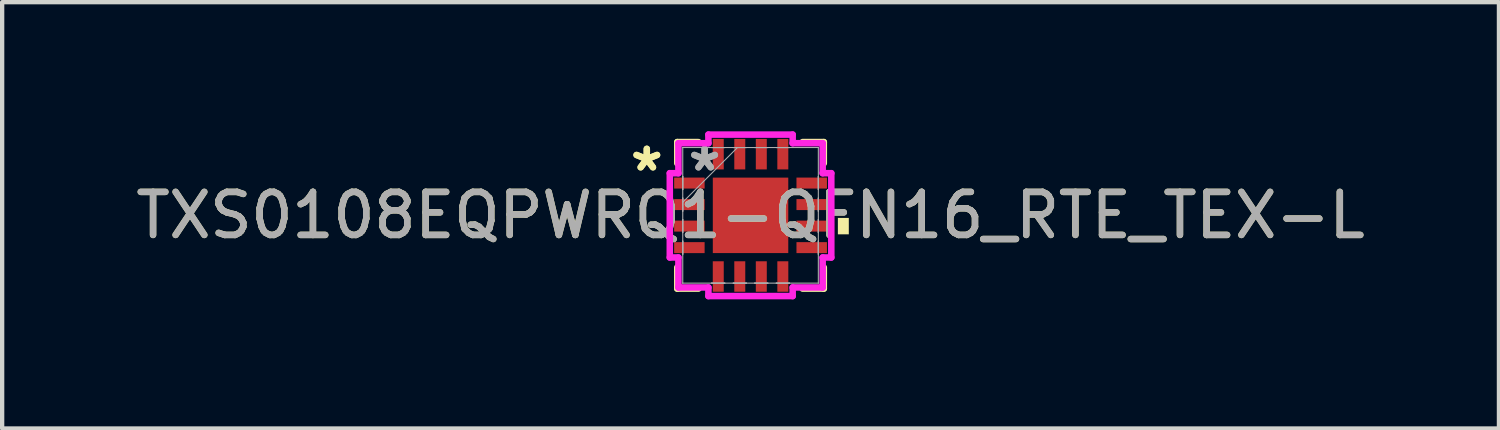
<source format=kicad_pcb>
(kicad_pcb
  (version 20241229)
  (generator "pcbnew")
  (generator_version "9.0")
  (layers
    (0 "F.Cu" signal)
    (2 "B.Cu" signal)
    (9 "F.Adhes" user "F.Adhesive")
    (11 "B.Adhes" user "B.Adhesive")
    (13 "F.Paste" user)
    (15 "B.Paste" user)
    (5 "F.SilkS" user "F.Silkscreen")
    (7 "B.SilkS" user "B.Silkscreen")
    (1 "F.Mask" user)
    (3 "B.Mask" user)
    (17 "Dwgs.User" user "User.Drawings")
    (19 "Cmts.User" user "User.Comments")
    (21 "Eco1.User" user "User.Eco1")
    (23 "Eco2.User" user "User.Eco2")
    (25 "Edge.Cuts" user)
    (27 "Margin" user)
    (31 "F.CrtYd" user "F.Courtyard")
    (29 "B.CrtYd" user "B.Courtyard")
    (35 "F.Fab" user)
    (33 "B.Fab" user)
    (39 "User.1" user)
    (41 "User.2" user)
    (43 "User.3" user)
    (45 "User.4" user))
  (footprint "TXS0108EQPWRQ1-QFN16_RTE_TEX-L"
    (layer "F.Cu")
    (at 14.387 1.953)
    (property "Reference" "TXS0108EQPWRQ1-QFN16_RTE_TEX-L" (at 0 0 0) (unlocked yes) (layer "F.SilkS") (effects (font (size 1 1) (thickness 0.15))))
    (attr smd)
    (fp_line (start -1.702 -1.702) (end -1.702 -1.21) (stroke (width 0.152) (type solid)) (layer "F.SilkS"))
    (fp_line (start -1.702 1.21) (end -1.702 1.702) (stroke (width 0.152) (type solid)) (layer "F.SilkS"))
    (fp_line (start -1.702 1.702) (end -1.21 1.702) (stroke (width 0.152) (type solid)) (layer "F.SilkS"))
    (fp_line (start -1.21 -1.702) (end -1.702 -1.702) (stroke (width 0.152) (type solid)) (layer "F.SilkS"))
    (fp_line (start 1.21 1.702) (end 1.702 1.702) (stroke (width 0.152) (type solid)) (layer "F.SilkS"))
    (fp_line (start 1.702 -1.702) (end 1.21 -1.702) (stroke (width 0.152) (type solid)) (layer "F.SilkS"))
    (fp_line (start 1.702 -1.21) (end 1.702 -1.702) (stroke (width 0.152) (type solid)) (layer "F.SilkS"))
    (fp_line (start 1.702 1.702) (end 1.702 1.21) (stroke (width 0.152) (type solid)) (layer "F.SilkS"))
    (fp_poly (pts (xy 2.283 0.06) (xy 2.283 0.441) (xy 2.029 0.441) (xy 2.029 0.06)) (stroke (width 0) (type solid)) (fill yes) (layer "F.SilkS"))
    (fp_line (start -1.876 -0.979) (end -1.676 -0.979) (stroke (width 0.152) (type solid)) (layer "F.CrtYd"))
    (fp_line (start -1.876 0.979) (end -1.876 -0.979) (stroke (width 0.152) (type solid)) (layer "F.CrtYd"))
    (fp_line (start -1.676 -1.676) (end -0.979 -1.676) (stroke (width 0.152) (type solid)) (layer "F.CrtYd"))
    (fp_line (start -1.676 -0.979) (end -1.676 -1.676) (stroke (width 0.152) (type solid)) (layer "F.CrtYd"))
    (fp_line (start -1.676 0.979) (end -1.876 0.979) (stroke (width 0.152) (type solid)) (layer "F.CrtYd"))
    (fp_line (start -1.676 1.676) (end -1.676 0.979) (stroke (width 0.152) (type solid)) (layer "F.CrtYd"))
    (fp_line (start -0.979 -1.876) (end 0.979 -1.876) (stroke (width 0.152) (type solid)) (layer "F.CrtYd"))
    (fp_line (start -0.979 -1.676) (end -0.979 -1.876) (stroke (width 0.152) (type solid)) (layer "F.CrtYd"))
    (fp_line (start -0.979 1.676) (end -1.676 1.676) (stroke (width 0.152) (type solid)) (layer "F.CrtYd"))
    (fp_line (start -0.979 1.876) (end -0.979 1.676) (stroke (width 0.152) (type solid)) (layer "F.CrtYd"))
    (fp_line (start 0.979 -1.876) (end 0.979 -1.676) (stroke (width 0.152) (type solid)) (layer "F.CrtYd"))
    (fp_line (start 0.979 -1.676) (end 1.676 -1.676) (stroke (width 0.152) (type solid)) (layer "F.CrtYd"))
    (fp_line (start 0.979 1.676) (end 0.979 1.876) (stroke (width 0.152) (type solid)) (layer "F.CrtYd"))
    (fp_line (start 0.979 1.876) (end -0.979 1.876) (stroke (width 0.152) (type solid)) (layer "F.CrtYd"))
    (fp_line (start 1.676 -1.676) (end 1.676 -0.979) (stroke (width 0.152) (type solid)) (layer "F.CrtYd"))
    (fp_line (start 1.676 -0.979) (end 1.876 -0.979) (stroke (width 0.152) (type solid)) (layer "F.CrtYd"))
    (fp_line (start 1.676 0.979) (end 1.676 1.676) (stroke (width 0.152) (type solid)) (layer "F.CrtYd"))
    (fp_line (start 1.676 1.676) (end 0.979 1.676) (stroke (width 0.152) (type solid)) (layer "F.CrtYd"))
    (fp_line (start 1.876 -0.979) (end 1.876 0.979) (stroke (width 0.152) (type solid)) (layer "F.CrtYd"))
    (fp_line (start 1.876 0.979) (end 1.676 0.979) (stroke (width 0.152) (type solid)) (layer "F.CrtYd"))
    (fp_line (start -1.575 -1.575) (end -1.575 -1.575) (stroke (width 0.025) (type solid)) (layer "F.Fab"))
    (fp_line (start -1.575 -1.575) (end -1.575 1.575) (stroke (width 0.025) (type solid)) (layer "F.Fab"))
    (fp_line (start -1.575 -0.903) (end -1.575 -0.903) (stroke (width 0.025) (type solid)) (layer "F.Fab"))
    (fp_line (start -1.575 -0.903) (end -1.575 -0.598) (stroke (width 0.025) (type solid)) (layer "F.Fab"))
    (fp_line (start -1.575 -0.598) (end -1.575 -0.903) (stroke (width 0.025) (type solid)) (layer "F.Fab"))
    (fp_line (start -1.575 -0.598) (end -1.575 -0.598) (stroke (width 0.025) (type solid)) (layer "F.Fab"))
    (fp_line (start -1.575 -0.402) (end -1.575 -0.402) (stroke (width 0.025) (type solid)) (layer "F.Fab"))
    (fp_line (start -1.575 -0.402) (end -1.575 -0.098) (stroke (width 0.025) (type solid)) (layer "F.Fab"))
    (fp_line (start -1.575 -0.305) (end -0.305 -1.575) (stroke (width 0.025) (type solid)) (layer "F.Fab"))
    (fp_line (start -1.575 -0.098) (end -1.575 -0.402) (stroke (width 0.025) (type solid)) (layer "F.Fab"))
    (fp_line (start -1.575 -0.098) (end -1.575 -0.098) (stroke (width 0.025) (type solid)) (layer "F.Fab"))
    (fp_line (start -1.575 0.098) (end -1.575 0.098) (stroke (width 0.025) (type solid)) (layer "F.Fab"))
    (fp_line (start -1.575 0.098) (end -1.575 0.402) (stroke (width 0.025) (type solid)) (layer "F.Fab"))
    (fp_line (start -1.575 0.402) (end -1.575 0.098) (stroke (width 0.025) (type solid)) (layer "F.Fab"))
    (fp_line (start -1.575 0.402) (end -1.575 0.402) (stroke (width 0.025) (type solid)) (layer "F.Fab"))
    (fp_line (start -1.575 0.598) (end -1.575 0.598) (stroke (width 0.025) (type solid)) (layer "F.Fab"))
    (fp_line (start -1.575 0.598) (end -1.575 0.903) (stroke (width 0.025) (type solid)) (layer "F.Fab"))
    (fp_line (start -1.575 0.903) (end -1.575 0.598) (stroke (width 0.025) (type solid)) (layer "F.Fab"))
    (fp_line (start -1.575 0.903) (end -1.575 0.903) (stroke (width 0.025) (type solid)) (layer "F.Fab"))
    (fp_line (start -1.575 1.575) (end -1.575 1.575) (stroke (width 0.025) (type solid)) (layer "F.Fab"))
    (fp_line (start -1.575 1.575) (end 1.575 1.575) (stroke (width 0.025) (type solid)) (layer "F.Fab"))
    (fp_line (start -0.903 -1.575) (end -0.903 -1.575) (stroke (width 0.025) (type solid)) (layer "F.Fab"))
    (fp_line (start -0.903 -1.575) (end -0.598 -1.575) (stroke (width 0.025) (type solid)) (layer "F.Fab"))
    (fp_line (start -0.903 1.575) (end -0.903 1.575) (stroke (width 0.025) (type solid)) (layer "F.Fab"))
    (fp_line (start -0.903 1.575) (end -0.598 1.575) (stroke (width 0.025) (type solid)) (layer "F.Fab"))
    (fp_line (start -0.598 -1.575) (end -0.903 -1.575) (stroke (width 0.025) (type solid)) (layer "F.Fab"))
    (fp_line (start -0.598 -1.575) (end -0.598 -1.575) (stroke (width 0.025) (type solid)) (layer "F.Fab"))
    (fp_line (start -0.598 1.575) (end -0.903 1.575) (stroke (width 0.025) (type solid)) (layer "F.Fab"))
    (fp_line (start -0.598 1.575) (end -0.598 1.575) (stroke (width 0.025) (type solid)) (layer "F.Fab"))
    (fp_line (start -0.402 -1.575) (end -0.402 -1.575) (stroke (width 0.025) (type solid)) (layer "F.Fab"))
    (fp_line (start -0.402 -1.575) (end -0.098 -1.575) (stroke (width 0.025) (type solid)) (layer "F.Fab"))
    (fp_line (start -0.402 1.575) (end -0.402 1.575) (stroke (width 0.025) (type solid)) (layer "F.Fab"))
    (fp_line (start -0.402 1.575) (end -0.098 1.575) (stroke (width 0.025) (type solid)) (layer "F.Fab"))
    (fp_line (start -0.098 -1.575) (end -0.402 -1.575) (stroke (width 0.025) (type solid)) (layer "F.Fab"))
    (fp_line (start -0.098 -1.575) (end -0.098 -1.575) (stroke (width 0.025) (type solid)) (layer "F.Fab"))
    (fp_line (start -0.098 1.575) (end -0.402 1.575) (stroke (width 0.025) (type solid)) (layer "F.Fab"))
    (fp_line (start -0.098 1.575) (end -0.098 1.575) (stroke (width 0.025) (type solid)) (layer "F.Fab"))
    (fp_line (start 0.098 -1.575) (end 0.098 -1.575) (stroke (width 0.025) (type solid)) (layer "F.Fab"))
    (fp_line (start 0.098 -1.575) (end 0.402 -1.575) (stroke (width 0.025) (type solid)) (layer "F.Fab"))
    (fp_line (start 0.098 1.575) (end 0.098 1.575) (stroke (width 0.025) (type solid)) (layer "F.Fab"))
    (fp_line (start 0.098 1.575) (end 0.402 1.575) (stroke (width 0.025) (type solid)) (layer "F.Fab"))
    (fp_line (start 0.402 -1.575) (end 0.098 -1.575) (stroke (width 0.025) (type solid)) (layer "F.Fab"))
    (fp_line (start 0.402 -1.575) (end 0.402 -1.575) (stroke (width 0.025) (type solid)) (layer "F.Fab"))
    (fp_line (start 0.402 1.575) (end 0.098 1.575) (stroke (width 0.025) (type solid)) (layer "F.Fab"))
    (fp_line (start 0.402 1.575) (end 0.402 1.575) (stroke (width 0.025) (type solid)) (layer "F.Fab"))
    (fp_line (start 0.598 -1.575) (end 0.598 -1.575) (stroke (width 0.025) (type solid)) (layer "F.Fab"))
    (fp_line (start 0.598 -1.575) (end 0.903 -1.575) (stroke (width 0.025) (type solid)) (layer "F.Fab"))
    (fp_line (start 0.598 1.575) (end 0.598 1.575) (stroke (width 0.025) (type solid)) (layer "F.Fab"))
    (fp_line (start 0.598 1.575) (end 0.903 1.575) (stroke (width 0.025) (type solid)) (layer "F.Fab"))
    (fp_line (start 0.903 -1.575) (end 0.598 -1.575) (stroke (width 0.025) (type solid)) (layer "F.Fab"))
    (fp_line (start 0.903 -1.575) (end 0.903 -1.575) (stroke (width 0.025) (type solid)) (layer "F.Fab"))
    (fp_line (start 0.903 1.575) (end 0.598 1.575) (stroke (width 0.025) (type solid)) (layer "F.Fab"))
    (fp_line (start 0.903 1.575) (end 0.903 1.575) (stroke (width 0.025) (type solid)) (layer "F.Fab"))
    (fp_line (start 1.575 -1.575) (end -1.575 -1.575) (stroke (width 0.025) (type solid)) (layer "F.Fab"))
    (fp_line (start 1.575 -1.575) (end 1.575 -1.575) (stroke (width 0.025) (type solid)) (layer "F.Fab"))
    (fp_line (start 1.575 -0.903) (end 1.575 -0.903) (stroke (width 0.025) (type solid)) (layer "F.Fab"))
    (fp_line (start 1.575 -0.903) (end 1.575 -0.598) (stroke (width 0.025) (type solid)) (layer "F.Fab"))
    (fp_line (start 1.575 -0.598) (end 1.575 -0.903) (stroke (width 0.025) (type solid)) (layer "F.Fab"))
    (fp_line (start 1.575 -0.598) (end 1.575 -0.598) (stroke (width 0.025) (type solid)) (layer "F.Fab"))
    (fp_line (start 1.575 -0.402) (end 1.575 -0.402) (stroke (width 0.025) (type solid)) (layer "F.Fab"))
    (fp_line (start 1.575 -0.402) (end 1.575 -0.098) (stroke (width 0.025) (type solid)) (layer "F.Fab"))
    (fp_line (start 1.575 -0.098) (end 1.575 -0.402) (stroke (width 0.025) (type solid)) (layer "F.Fab"))
    (fp_line (start 1.575 -0.098) (end 1.575 -0.098) (stroke (width 0.025) (type solid)) (layer "F.Fab"))
    (fp_line (start 1.575 0.098) (end 1.575 0.098) (stroke (width 0.025) (type solid)) (layer "F.Fab"))
    (fp_line (start 1.575 0.098) (end 1.575 0.402) (stroke (width 0.025) (type solid)) (layer "F.Fab"))
    (fp_line (start 1.575 0.402) (end 1.575 0.098) (stroke (width 0.025) (type solid)) (layer "F.Fab"))
    (fp_line (start 1.575 0.402) (end 1.575 0.402) (stroke (width 0.025) (type solid)) (layer "F.Fab"))
    (fp_line (start 1.575 0.598) (end 1.575 0.598) (stroke (width 0.025) (type solid)) (layer "F.Fab"))
    (fp_line (start 1.575 0.598) (end 1.575 0.903) (stroke (width 0.025) (type solid)) (layer "F.Fab"))
    (fp_line (start 1.575 0.903) (end 1.575 0.598) (stroke (width 0.025) (type solid)) (layer "F.Fab"))
    (fp_line (start 1.575 0.903) (end 1.575 0.903) (stroke (width 0.025) (type solid)) (layer "F.Fab"))
    (fp_line (start 1.575 1.575) (end 1.575 -1.575) (stroke (width 0.025) (type solid)) (layer "F.Fab"))
    (fp_line (start 1.575 1.575) (end 1.575 1.575) (stroke (width 0.025) (type solid)) (layer "F.Fab"))
    (fp_text user "*" (at -2.41 -1 0) (unlocked yes) (layer "F.SilkS") (effects (font (size 1 1) (thickness 0.15))))
    (fp_text user "*" (at -2.41 -1 0) (layer "F.SilkS") (effects (font (size 1 1) (thickness 0.15))))
    (fp_text user "*" (at -1.067 -1 0) (unlocked yes) (layer "F.Fab") (effects (font (size 1 1) (thickness 0.15))))
    (fp_text user "*" (at -1.067 -1 0) (layer "F.Fab") (effects (font (size 1 1) (thickness 0.15))))
    (fp_text user "${REFERENCE}" (at 0 0 0) (unlocked yes) (layer "F.Fab") (effects (font (size 1 1) (thickness 0.15))))
    (pad "1" smd rect (at -1.421 -0.75 90) (size 0.255 0.708) (layers "F.Cu" "F.Mask" "F.Paste"))
    (pad "2" smd rect (at -1.421 -0.25 90) (size 0.255 0.708) (layers "F.Cu" "F.Mask" "F.Paste"))
    (pad "3" smd rect (at -1.421 0.25 90) (size 0.255 0.708) (layers "F.Cu" "F.Mask" "F.Paste"))
    (pad "4" smd rect (at -1.421 0.75 90) (size 0.255 0.708) (layers "F.Cu" "F.Mask" "F.Paste"))
    (pad "5" smd rect (at -0.75 1.421) (size 0.255 0.708) (layers "F.Cu" "F.Mask" "F.Paste"))
    (pad "6" smd rect (at -0.25 1.421) (size 0.255 0.708) (layers "F.Cu" "F.Mask" "F.Paste"))
    (pad "7" smd rect (at 0.25 1.421) (size 0.255 0.708) (layers "F.Cu" "F.Mask" "F.Paste"))
    (pad "8" smd rect (at 0.75 1.421) (size 0.255 0.708) (layers "F.Cu" "F.Mask" "F.Paste"))
    (pad "9" smd rect (at 1.421 0.75 90) (size 0.255 0.708) (layers "F.Cu" "F.Mask" "F.Paste"))
    (pad "10" smd rect (at 1.421 0.25 90) (size 0.255 0.708) (layers "F.Cu" "F.Mask" "F.Paste"))
    (pad "11" smd rect (at 1.421 -0.25 90) (size 0.255 0.708) (layers "F.Cu" "F.Mask" "F.Paste"))
    (pad "12" smd rect (at 1.421 -0.75 90) (size 0.255 0.708) (layers "F.Cu" "F.Mask" "F.Paste"))
    (pad "13" smd rect (at 0.75 -1.421) (size 0.255 0.708) (layers "F.Cu" "F.Mask" "F.Paste"))
    (pad "14" smd rect (at 0.25 -1.421) (size 0.255 0.708) (layers "F.Cu" "F.Mask" "F.Paste"))
    (pad "15" smd rect (at -0.25 -1.421) (size 0.255 0.708) (layers "F.Cu" "F.Mask" "F.Paste"))
    (pad "16" smd rect (at -0.75 -1.421) (size 0.255 0.708) (layers "F.Cu" "F.Mask" "F.Paste"))
    (pad "17" smd rect (at 0 0) (size 1.753 1.753) (layers "F.Cu" "F.Mask" "F.Paste")))
  (gr_rect
    (start -3 -3)
    (end 31.774 6.905)
    (stroke (width 0.1) (type default))
    (fill no)
    (layer "Edge.Cuts")))
</source>
